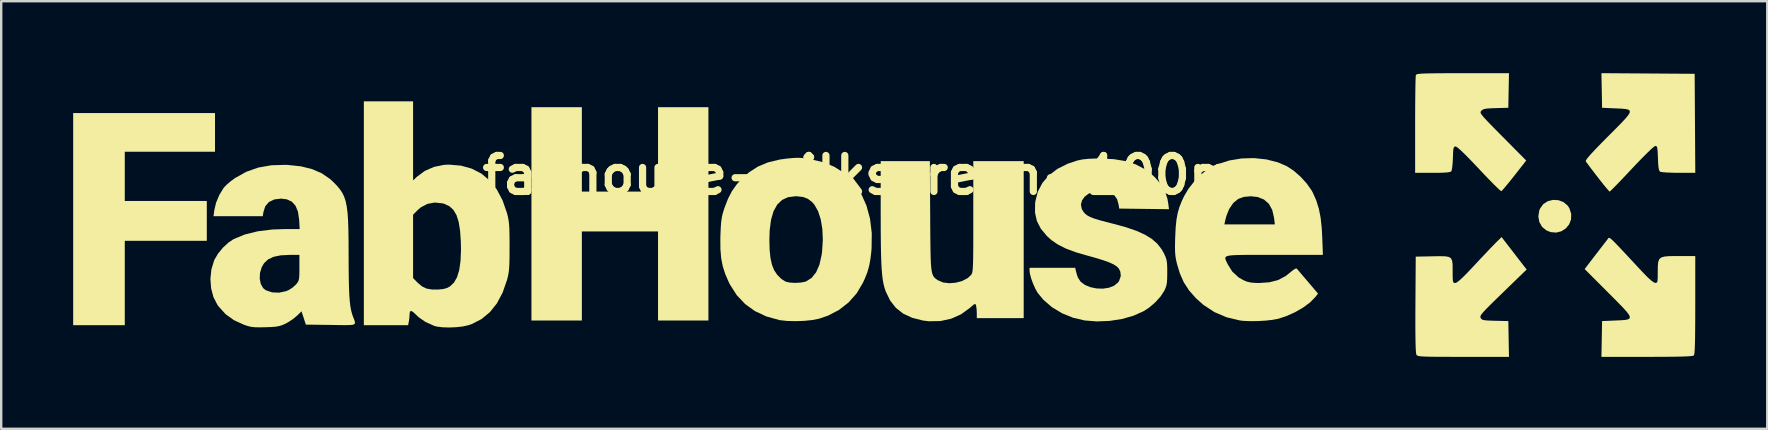
<source format=kicad_pcb>
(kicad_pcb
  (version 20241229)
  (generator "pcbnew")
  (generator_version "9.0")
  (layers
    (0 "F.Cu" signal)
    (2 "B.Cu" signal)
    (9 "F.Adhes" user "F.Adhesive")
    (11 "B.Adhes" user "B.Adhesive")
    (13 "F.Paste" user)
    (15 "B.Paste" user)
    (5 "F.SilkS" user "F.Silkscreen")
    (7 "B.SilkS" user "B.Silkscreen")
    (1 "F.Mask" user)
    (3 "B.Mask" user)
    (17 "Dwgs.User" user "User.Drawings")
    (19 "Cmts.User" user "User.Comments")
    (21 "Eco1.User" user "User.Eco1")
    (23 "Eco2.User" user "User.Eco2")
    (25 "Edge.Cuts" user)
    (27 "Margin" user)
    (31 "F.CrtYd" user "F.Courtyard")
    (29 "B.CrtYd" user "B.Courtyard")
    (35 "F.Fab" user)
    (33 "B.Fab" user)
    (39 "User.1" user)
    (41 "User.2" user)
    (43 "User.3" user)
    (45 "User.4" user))
  (footprint "fabhouse-silkscreen-100mm"
    (layer "F.Cu")
    (at 33.802 4.251)
    (property "Reference" "fabhouse-silkscreen-100mm" (at 0 0 0) (layer "F.SilkS") (effects (font (size 1.5 1.5) (thickness 0.3))))
    (attr board_only exclude_from_pos_files exclude_from_bom)
    (fp_poly (pts (xy -27.891 -1.783) (xy -27.891 -0.977) (xy -29.772 -0.977) (xy -31.652 -0.977) (xy -31.652 0.049) (xy -31.652 1.075) (xy -29.943 1.075) (xy -28.233 1.075) (xy -28.233 1.905) (xy -28.233 2.735) (xy -29.943 2.735) (xy -31.652 2.735) (xy -31.652 4.494) (xy -31.652 6.252) (xy -32.727 6.252) (xy -33.802 6.252) (xy -33.802 1.832) (xy -33.802 -2.589) (xy -30.846 -2.589) (xy -27.891 -2.589)) (stroke (width 0) (type solid)) (fill yes) (layer "F.SilkS"))
    (fp_poly (pts (xy 28.097 1.042) (xy 28.307 1.12) (xy 28.48 1.264) (xy 28.555 1.376) (xy 28.632 1.615) (xy 28.625 1.843) (xy 28.547 2.048) (xy 28.41 2.216) (xy 28.228 2.335) (xy 28.014 2.392) (xy 27.781 2.374) (xy 27.601 2.304) (xy 27.418 2.155) (xy 27.303 1.951) (xy 27.262 1.716) (xy 27.301 1.471) (xy 27.335 1.388) (xy 27.47 1.203) (xy 27.657 1.084) (xy 27.874 1.03)) (stroke (width 0) (type solid)) (fill yes) (layer "F.SilkS"))
    (fp_poly (pts (xy -12.602 -1.075) (xy -12.602 0.684) (xy -11.015 0.684) (xy -9.427 0.684) (xy -9.427 -1.075) (xy -9.427 -2.833) (xy -8.377 -2.833) (xy -7.327 -2.833) (xy -7.327 1.612) (xy -7.327 6.057) (xy -8.377 6.057) (xy -9.427 6.057) (xy -9.427 4.201) (xy -9.427 2.345) (xy -11.015 2.345) (xy -12.602 2.345) (xy -12.602 4.201) (xy -12.602 6.057) (xy -13.652 6.057) (xy -14.703 6.057) (xy -14.703 1.612) (xy -14.703 -2.833) (xy -13.652 -2.833) (xy -12.602 -2.833)) (stroke (width 0) (type solid)) (fill yes) (layer "F.SilkS"))
    (fp_poly (pts (xy 31.834 -4.238) (xy 33.777 -4.225) (xy 33.79 -2.161) (xy 33.803 -0.098) (xy 33.106 -0.098) (xy 32.85 -0.102) (xy 32.626 -0.111) (xy 32.453 -0.124) (xy 32.351 -0.14) (xy 32.336 -0.145) (xy 32.3 -0.194) (xy 32.275 -0.295) (xy 32.257 -0.464) (xy 32.246 -0.706) (xy 32.237 -0.937) (xy 32.225 -1.087) (xy 32.208 -1.173) (xy 32.18 -1.212) (xy 32.14 -1.221) (xy 32.081 -1.186) (xy 31.964 -1.085) (xy 31.797 -0.925) (xy 31.586 -0.714) (xy 31.339 -0.458) (xy 31.16 -0.269) (xy 30.922 -0.016) (xy 30.706 0.212) (xy 30.52 0.405) (xy 30.373 0.554) (xy 30.275 0.65) (xy 30.234 0.684) (xy 30.194 0.647) (xy 30.106 0.546) (xy 29.98 0.393) (xy 29.829 0.203) (xy 29.738 0.085) (xy 29.575 -0.126) (xy 29.432 -0.314) (xy 29.321 -0.462) (xy 29.252 -0.557) (xy 29.237 -0.579) (xy 29.249 -0.626) (xy 29.316 -0.721) (xy 29.442 -0.867) (xy 29.63 -1.069) (xy 29.883 -1.33) (xy 30.168 -1.618) (xy 30.478 -1.928) (xy 30.722 -2.176) (xy 30.901 -2.369) (xy 31.018 -2.513) (xy 31.074 -2.617) (xy 31.071 -2.688) (xy 31.012 -2.732) (xy 30.897 -2.758) (xy 30.73 -2.773) (xy 30.512 -2.783) (xy 30.475 -2.784) (xy 29.918 -2.809) (xy 29.905 -3.53) (xy 29.891 -4.251)) (stroke (width 0) (type solid)) (fill yes) (layer "F.SilkS"))
    (fp_poly (pts (xy 26.252 3.256) (xy 26.774 3.932) (xy 25.788 4.888) (xy 25.498 5.169) (xy 25.272 5.391) (xy 25.102 5.562) (xy 24.982 5.69) (xy 24.904 5.783) (xy 24.86 5.849) (xy 24.845 5.897) (xy 24.85 5.934) (xy 24.857 5.949) (xy 24.889 5.995) (xy 24.939 6.026) (xy 25.026 6.046) (xy 25.168 6.058) (xy 25.384 6.066) (xy 25.462 6.068) (xy 26.011 6.081) (xy 26.024 6.826) (xy 26.038 7.571) (xy 24.133 7.571) (xy 23.651 7.571) (xy 23.258 7.57) (xy 22.944 7.568) (xy 22.7 7.565) (xy 22.517 7.559) (xy 22.384 7.552) (xy 22.294 7.541) (xy 22.237 7.527) (xy 22.203 7.509) (xy 22.184 7.487) (xy 22.177 7.476) (xy 22.163 7.397) (xy 22.151 7.221) (xy 22.143 6.949) (xy 22.138 6.582) (xy 22.136 6.121) (xy 22.138 5.565) (xy 22.139 5.387) (xy 22.152 3.395) (xy 22.843 3.381) (xy 23.149 3.376) (xy 23.371 3.381) (xy 23.522 3.405) (xy 23.616 3.46) (xy 23.666 3.554) (xy 23.687 3.699) (xy 23.69 3.903) (xy 23.69 4.009) (xy 23.691 4.23) (xy 23.697 4.371) (xy 23.712 4.45) (xy 23.739 4.485) (xy 23.784 4.494) (xy 23.801 4.494) (xy 23.865 4.469) (xy 23.968 4.391) (xy 24.117 4.254) (xy 24.316 4.053) (xy 24.571 3.784) (xy 24.603 3.749) (xy 24.827 3.509) (xy 25.044 3.28) (xy 25.238 3.075) (xy 25.396 2.911) (xy 25.504 2.801) (xy 25.513 2.792) (xy 25.73 2.58)) (stroke (width 0) (type solid)) (fill yes) (layer "F.SilkS"))
    (fp_poly (pts (xy 30.232 2.617) (xy 30.278 2.647) (xy 30.347 2.707) (xy 30.444 2.802) (xy 30.576 2.938) (xy 30.75 3.122) (xy 30.971 3.358) (xy 31.246 3.654) (xy 31.582 4.014) (xy 31.603 4.036) (xy 31.817 4.257) (xy 31.983 4.405) (xy 32.097 4.48) (xy 32.129 4.488) (xy 32.179 4.486) (xy 32.212 4.462) (xy 32.229 4.397) (xy 32.237 4.274) (xy 32.238 4.075) (xy 32.238 4.03) (xy 32.241 3.796) (xy 32.256 3.625) (xy 32.298 3.507) (xy 32.379 3.433) (xy 32.514 3.392) (xy 32.715 3.374) (xy 32.995 3.37) (xy 33.118 3.37) (xy 33.802 3.37) (xy 33.802 5.412) (xy 33.801 5.95) (xy 33.798 6.397) (xy 33.794 6.759) (xy 33.788 7.043) (xy 33.779 7.254) (xy 33.769 7.398) (xy 33.755 7.483) (xy 33.743 7.513) (xy 33.7 7.529) (xy 33.601 7.542) (xy 33.44 7.552) (xy 33.21 7.56) (xy 32.905 7.566) (xy 32.518 7.569) (xy 32.043 7.571) (xy 31.788 7.571) (xy 29.891 7.571) (xy 29.905 6.826) (xy 29.918 6.081) (xy 30.475 6.057) (xy 30.7 6.047) (xy 30.875 6.034) (xy 30.998 6.01) (xy 31.065 5.969) (xy 31.077 5.903) (xy 31.03 5.804) (xy 30.923 5.667) (xy 30.754 5.482) (xy 30.52 5.243) (xy 30.221 4.943) (xy 30.165 4.887) (xy 29.192 3.913) (xy 29.628 3.344) (xy 29.79 3.133) (xy 29.937 2.943) (xy 30.055 2.789) (xy 30.132 2.69) (xy 30.147 2.671) (xy 30.166 2.643) (xy 30.183 2.62) (xy 30.203 2.61)) (stroke (width 0) (type solid)) (fill yes) (layer "F.SilkS"))
    (fp_poly (pts (xy 1.916 1.697) (xy 1.919 2.252) (xy 1.923 2.717) (xy 1.928 3.102) (xy 1.935 3.415) (xy 1.945 3.664) (xy 1.96 3.859) (xy 1.981 4.007) (xy 2.008 4.118) (xy 2.042 4.199) (xy 2.085 4.26) (xy 2.138 4.309) (xy 2.201 4.355) (xy 2.242 4.382) (xy 2.453 4.472) (xy 2.711 4.503) (xy 2.986 4.48) (xy 3.252 4.408) (xy 3.478 4.291) (xy 3.614 4.165) (xy 3.637 4.134) (xy 3.656 4.095) (xy 3.671 4.041) (xy 3.684 3.964) (xy 3.693 3.853) (xy 3.7 3.702) (xy 3.706 3.501) (xy 3.709 3.241) (xy 3.711 2.914) (xy 3.712 2.511) (xy 3.712 2.023) (xy 3.712 1.727) (xy 3.712 -0.586) (xy 4.763 -0.586) (xy 5.813 -0.586) (xy 5.813 2.687) (xy 5.813 5.959) (xy 4.836 5.959) (xy 3.859 5.959) (xy 3.858 5.752) (xy 3.851 5.592) (xy 3.833 5.458) (xy 3.828 5.435) (xy 3.808 5.379) (xy 3.776 5.368) (xy 3.712 5.407) (xy 3.599 5.505) (xy 3.568 5.533) (xy 3.199 5.8) (xy 2.786 5.983) (xy 2.338 6.08) (xy 1.862 6.088) (xy 1.612 6.057) (xy 1.165 5.944) (xy 0.792 5.771) (xy 0.488 5.532) (xy 0.246 5.224) (xy 0.062 4.841) (xy 0.057 4.827) (xy 0.011 4.689) (xy -0.028 4.538) (xy -0.06 4.365) (xy -0.085 4.161) (xy -0.106 3.917) (xy -0.122 3.624) (xy -0.133 3.273) (xy -0.14 2.855) (xy -0.145 2.359) (xy -0.146 1.778) (xy -0.147 1.577) (xy -0.147 -0.586) (xy 0.878 -0.586) (xy 1.902 -0.586)) (stroke (width 0) (type solid)) (fill yes) (layer "F.SilkS"))
    (fp_poly (pts (xy 26.024 -3.529) (xy 26.011 -2.809) (xy 25.492 -2.795) (xy 25.253 -2.786) (xy 25.091 -2.773) (xy 24.987 -2.751) (xy 24.92 -2.717) (xy 24.885 -2.684) (xy 24.861 -2.654) (xy 24.852 -2.621) (xy 24.864 -2.576) (xy 24.904 -2.513) (xy 24.979 -2.421) (xy 25.095 -2.294) (xy 25.259 -2.123) (xy 25.479 -1.9) (xy 25.76 -1.615) (xy 25.777 -1.599) (xy 26.756 -0.611) (xy 26.261 0.021) (xy 26.092 0.233) (xy 25.942 0.417) (xy 25.822 0.559) (xy 25.742 0.646) (xy 25.718 0.666) (xy 25.672 0.636) (xy 25.57 0.543) (xy 25.421 0.397) (xy 25.233 0.206) (xy 25.015 -0.02) (xy 24.791 -0.258) (xy 24.475 -0.591) (xy 24.219 -0.852) (xy 24.024 -1.04) (xy 23.889 -1.156) (xy 23.816 -1.197) (xy 23.814 -1.197) (xy 23.768 -1.19) (xy 23.739 -1.156) (xy 23.72 -1.08) (xy 23.709 -0.941) (xy 23.701 -0.724) (xy 23.701 -0.711) (xy 23.69 -0.498) (xy 23.671 -0.318) (xy 23.648 -0.197) (xy 23.634 -0.161) (xy 23.582 -0.135) (xy 23.473 -0.116) (xy 23.294 -0.104) (xy 23.034 -0.098) (xy 22.854 -0.098) (xy 22.127 -0.098) (xy 22.127 -2.096) (xy 22.128 -2.531) (xy 22.13 -2.937) (xy 22.133 -3.303) (xy 22.137 -3.619) (xy 22.142 -3.874) (xy 22.148 -4.057) (xy 22.154 -4.158) (xy 22.157 -4.172) (xy 22.173 -4.192) (xy 22.21 -4.208) (xy 22.278 -4.221) (xy 22.385 -4.231) (xy 22.54 -4.238) (xy 22.752 -4.243) (xy 23.03 -4.247) (xy 23.383 -4.249) (xy 23.82 -4.25) (xy 24.112 -4.25) (xy 26.038 -4.25)) (stroke (width 0) (type solid)) (fill yes) (layer "F.SilkS"))
    (fp_poly (pts (xy -19.636 -1.431) (xy -19.636 0.215) (xy -19.477 0.066) (xy -19.145 -0.179) (xy -18.762 -0.346) (xy -18.342 -0.43) (xy -18.144 -0.44) (xy -17.641 -0.398) (xy -17.189 -0.272) (xy -16.789 -0.065) (xy -16.441 0.225) (xy -16.147 0.595) (xy -15.908 1.045) (xy -15.724 1.574) (xy -15.72 1.587) (xy -15.683 1.735) (xy -15.656 1.879) (xy -15.637 2.036) (xy -15.624 2.226) (xy -15.618 2.466) (xy -15.615 2.776) (xy -15.615 2.98) (xy -15.616 3.334) (xy -15.62 3.61) (xy -15.629 3.824) (xy -15.644 3.996) (xy -15.667 4.143) (xy -15.699 4.284) (xy -15.72 4.364) (xy -15.903 4.891) (xy -16.141 5.34) (xy -16.434 5.708) (xy -16.782 5.996) (xy -17.183 6.202) (xy -17.331 6.253) (xy -17.56 6.304) (xy -17.837 6.336) (xy -18.13 6.348) (xy -18.41 6.339) (xy -18.645 6.31) (xy -18.76 6.279) (xy -19.117 6.118) (xy -19.401 5.922) (xy -19.51 5.819) (xy -19.641 5.696) (xy -19.725 5.655) (xy -19.77 5.693) (xy -19.783 5.809) (xy -19.793 5.963) (xy -19.813 6.1) (xy -19.844 6.252) (xy -20.766 6.252) (xy -21.688 6.252) (xy -21.688 4.287) (xy -19.636 4.287) (xy -19.45 4.478) (xy -19.267 4.634) (xy -19.07 4.728) (xy -18.832 4.767) (xy -18.599 4.767) (xy -18.374 4.745) (xy -18.21 4.697) (xy -18.098 4.635) (xy -17.931 4.476) (xy -17.803 4.252) (xy -17.713 3.956) (xy -17.659 3.582) (xy -17.639 3.126) (xy -17.646 2.764) (xy -17.677 2.313) (xy -17.736 1.948) (xy -17.827 1.662) (xy -17.955 1.447) (xy -18.122 1.293) (xy -18.334 1.195) (xy -18.41 1.173) (xy -18.737 1.14) (xy -19.042 1.197) (xy -19.314 1.341) (xy -19.429 1.44) (xy -19.636 1.648) (xy -19.636 2.967) (xy -19.636 4.287) (xy -21.688 4.287) (xy -21.688 1.587) (xy -21.688 -3.077) (xy -20.662 -3.077) (xy -19.636 -3.077)) (stroke (width 0) (type solid)) (fill yes) (layer "F.SilkS"))
    (fp_poly (pts (xy -3.402 -0.715) (xy -3.191 -0.688) (xy -3.102 -0.673) (xy -2.56 -0.544) (xy -2.092 -0.356) (xy -1.69 -0.104) (xy -1.349 0.214) (xy -1.27 0.307) (xy -0.969 0.756) (xy -0.742 1.263) (xy -0.591 1.819) (xy -0.519 2.417) (xy -0.527 3.048) (xy -0.535 3.151) (xy -0.576 3.501) (xy -0.63 3.789) (xy -0.705 4.051) (xy -0.813 4.321) (xy -0.89 4.489) (xy -1.15 4.926) (xy -1.485 5.304) (xy -1.885 5.616) (xy -2.344 5.855) (xy -2.714 5.981) (xy -2.993 6.036) (xy -3.331 6.071) (xy -3.692 6.084) (xy -4.039 6.076) (xy -4.335 6.044) (xy -4.372 6.037) (xy -4.911 5.888) (xy -5.387 5.665) (xy -5.799 5.369) (xy -6.147 4.999) (xy -6.43 4.556) (xy -6.474 4.469) (xy -6.622 4.13) (xy -6.728 3.802) (xy -6.795 3.462) (xy -6.827 3.084) (xy -6.83 2.682) (xy -4.787 2.682) (xy -4.776 3.107) (xy -4.741 3.451) (xy -4.68 3.729) (xy -4.591 3.955) (xy -4.59 3.957) (xy -4.458 4.154) (xy -4.287 4.325) (xy -4.111 4.436) (xy -4.103 4.439) (xy -3.939 4.476) (xy -3.723 4.489) (xy -3.498 4.478) (xy -3.308 4.444) (xy -3.254 4.426) (xy -3.022 4.278) (xy -2.838 4.046) (xy -2.7 3.73) (xy -2.609 3.329) (xy -2.59 3.183) (xy -2.559 2.698) (xy -2.578 2.248) (xy -2.645 1.845) (xy -2.756 1.502) (xy -2.91 1.229) (xy -3.012 1.114) (xy -3.186 0.983) (xy -3.384 0.908) (xy -3.636 0.88) (xy -3.704 0.879) (xy -4.007 0.917) (xy -4.258 1.032) (xy -4.46 1.226) (xy -4.612 1.499) (xy -4.717 1.855) (xy -4.774 2.295) (xy -4.787 2.682) (xy -6.83 2.682) (xy -6.83 2.644) (xy -6.826 2.494) (xy -6.813 2.194) (xy -6.797 1.965) (xy -6.772 1.781) (xy -6.736 1.615) (xy -6.683 1.44) (xy -6.657 1.362) (xy -6.511 0.982) (xy -6.348 0.668) (xy -6.153 0.391) (xy -5.987 0.202) (xy -5.641 -0.115) (xy -5.267 -0.357) (xy -4.847 -0.533) (xy -4.366 -0.649) (xy -4.076 -0.69) (xy -3.806 -0.716) (xy -3.594 -0.725)) (stroke (width 0) (type solid)) (fill yes) (layer "F.SilkS"))
    (fp_poly (pts (xy 15.928 -0.657) (xy 16.414 -0.532) (xy 16.779 -0.374) (xy 17.062 -0.189) (xy 17.346 0.059) (xy 17.605 0.342) (xy 17.81 0.631) (xy 17.865 0.733) (xy 18.008 1.057) (xy 18.114 1.397) (xy 18.188 1.774) (xy 18.235 2.209) (xy 18.255 2.577) (xy 18.282 3.322) (xy 16.248 3.322) (xy 15.736 3.321) (xy 15.314 3.321) (xy 14.974 3.323) (xy 14.708 3.328) (xy 14.508 3.338) (xy 14.366 3.354) (xy 14.275 3.379) (xy 14.227 3.413) (xy 14.213 3.459) (xy 14.226 3.518) (xy 14.258 3.592) (xy 14.301 3.681) (xy 14.316 3.712) (xy 14.506 4.018) (xy 14.768 4.259) (xy 14.971 4.377) (xy 15.125 4.44) (xy 15.283 4.475) (xy 15.48 4.491) (xy 15.633 4.493) (xy 16.054 4.464) (xy 16.411 4.372) (xy 16.72 4.211) (xy 16.903 4.067) (xy 17.032 3.962) (xy 17.134 3.898) (xy 17.188 3.888) (xy 17.188 3.888) (xy 17.233 3.94) (xy 17.327 4.051) (xy 17.459 4.206) (xy 17.616 4.39) (xy 17.653 4.433) (xy 18.079 4.935) (xy 17.965 5.08) (xy 17.75 5.301) (xy 17.46 5.516) (xy 17.119 5.713) (xy 16.75 5.877) (xy 16.435 5.981) (xy 16.2 6.027) (xy 15.901 6.061) (xy 15.572 6.08) (xy 15.247 6.084) (xy 14.96 6.071) (xy 14.827 6.055) (xy 14.269 5.922) (xy 13.763 5.707) (xy 13.305 5.407) (xy 12.993 5.129) (xy 12.706 4.805) (xy 12.487 4.468) (xy 12.32 4.091) (xy 12.204 3.706) (xy 12.163 3.531) (xy 12.137 3.371) (xy 12.122 3.2) (xy 12.118 2.995) (xy 12.123 2.729) (xy 12.128 2.568) (xy 12.147 2.175) (xy 12.16 2.052) (xy 14.176 2.052) (xy 15.227 2.052) (xy 16.279 2.052) (xy 16.247 1.773) (xy 16.171 1.447) (xy 16.031 1.194) (xy 15.827 1.014) (xy 15.561 0.909) (xy 15.277 0.879) (xy 14.984 0.906) (xy 14.754 0.99) (xy 14.566 1.142) (xy 14.534 1.178) (xy 14.375 1.412) (xy 14.263 1.689) (xy 14.221 1.851) (xy 14.176 2.052) (xy 12.16 2.052) (xy 12.18 1.854) (xy 12.23 1.58) (xy 12.303 1.327) (xy 12.406 1.07) (xy 12.494 0.882) (xy 12.68 0.568) (xy 12.922 0.258) (xy 13.193 -0.02) (xy 13.467 -0.235) (xy 13.473 -0.239) (xy 13.901 -0.459) (xy 14.38 -0.612) (xy 14.892 -0.697) (xy 15.414 -0.712)) (stroke (width 0) (type solid)) (fill yes) (layer "F.SilkS"))
    (fp_poly (pts (xy 9.57 -0.667) (xy 10.055 -0.587) (xy 10.48 -0.45) (xy 10.856 -0.253) (xy 11.196 0.01) (xy 11.288 0.097) (xy 11.534 0.378) (xy 11.701 0.665) (xy 11.804 0.987) (xy 11.838 1.185) (xy 11.868 1.418) (xy 10.832 1.405) (xy 9.795 1.392) (xy 9.767 1.221) (xy 9.705 0.999) (xy 9.593 0.844) (xy 9.415 0.731) (xy 9.411 0.73) (xy 9.169 0.656) (xy 8.929 0.645) (xy 8.704 0.689) (xy 8.506 0.778) (xy 8.348 0.903) (xy 8.241 1.056) (xy 8.199 1.226) (xy 8.232 1.407) (xy 8.308 1.533) (xy 8.38 1.612) (xy 8.467 1.68) (xy 8.584 1.743) (xy 8.744 1.805) (xy 8.961 1.872) (xy 9.248 1.95) (xy 9.553 2.027) (xy 10.076 2.17) (xy 10.51 2.319) (xy 10.866 2.48) (xy 11.154 2.657) (xy 11.382 2.858) (xy 11.561 3.087) (xy 11.66 3.263) (xy 11.723 3.401) (xy 11.763 3.523) (xy 11.785 3.66) (xy 11.795 3.84) (xy 11.796 4.054) (xy 11.793 4.299) (xy 11.782 4.475) (xy 11.757 4.609) (xy 11.714 4.729) (xy 11.676 4.811) (xy 11.521 5.051) (xy 11.301 5.295) (xy 11.043 5.517) (xy 10.822 5.662) (xy 10.397 5.854) (xy 9.912 5.993) (xy 9.391 6.074) (xy 8.857 6.095) (xy 8.351 6.054) (xy 7.867 5.941) (xy 7.409 5.754) (xy 6.993 5.503) (xy 6.637 5.197) (xy 6.396 4.905) (xy 6.298 4.733) (xy 6.202 4.519) (xy 6.122 4.295) (xy 6.07 4.096) (xy 6.057 3.983) (xy 6.057 3.859) (xy 7.008 3.859) (xy 7.96 3.859) (xy 7.989 3.993) (xy 8.03 4.145) (xy 8.071 4.265) (xy 8.185 4.439) (xy 8.367 4.575) (xy 8.596 4.669) (xy 8.852 4.721) (xy 9.116 4.729) (xy 9.366 4.691) (xy 9.582 4.606) (xy 9.744 4.472) (xy 9.793 4.398) (xy 9.86 4.202) (xy 9.84 4.021) (xy 9.784 3.904) (xy 9.704 3.813) (xy 9.571 3.724) (xy 9.373 3.633) (xy 9.104 3.537) (xy 8.753 3.431) (xy 8.45 3.348) (xy 7.968 3.207) (xy 7.569 3.057) (xy 7.239 2.891) (xy 6.966 2.704) (xy 6.788 2.544) (xy 6.528 2.233) (xy 6.362 1.909) (xy 6.284 1.558) (xy 6.289 1.168) (xy 6.299 1.09) (xy 6.403 0.684) (xy 6.594 0.321) (xy 6.867 0.004) (xy 7.219 -0.263) (xy 7.647 -0.477) (xy 8.06 -0.614) (xy 8.275 -0.658) (xy 8.534 -0.684) (xy 8.859 -0.695) (xy 9.012 -0.695)) (stroke (width 0) (type solid)) (fill yes) (layer "F.SilkS"))
    (fp_poly (pts (xy -24.852 -0.426) (xy -24.313 -0.369) (xy -23.847 -0.254) (xy -23.445 -0.08) (xy -23.097 0.159) (xy -22.952 0.292) (xy -22.807 0.442) (xy -22.687 0.586) (xy -22.588 0.733) (xy -22.509 0.895) (xy -22.447 1.082) (xy -22.401 1.304) (xy -22.367 1.571) (xy -22.345 1.894) (xy -22.332 2.283) (xy -22.325 2.749) (xy -22.323 3.302) (xy -22.323 3.322) (xy -22.321 3.86) (xy -22.316 4.312) (xy -22.307 4.687) (xy -22.294 4.996) (xy -22.275 5.248) (xy -22.251 5.455) (xy -22.22 5.628) (xy -22.181 5.775) (xy -22.149 5.872) (xy -22.1 5.999) (xy -22.065 6.094) (xy -22.056 6.163) (xy -22.082 6.208) (xy -22.155 6.235) (xy -22.285 6.247) (xy -22.482 6.249) (xy -22.757 6.246) (xy -23.062 6.241) (xy -24.106 6.228) (xy -24.195 5.951) (xy -24.285 5.675) (xy -24.481 5.864) (xy -24.64 5.995) (xy -24.835 6.124) (xy -24.953 6.188) (xy -25.088 6.248) (xy -25.215 6.288) (xy -25.361 6.314) (xy -25.553 6.329) (xy -25.791 6.337) (xy -26.05 6.342) (xy -26.24 6.337) (xy -26.392 6.319) (xy -26.535 6.284) (xy -26.685 6.233) (xy -27.103 6.042) (xy -27.451 5.791) (xy -27.741 5.471) (xy -27.794 5.397) (xy -27.957 5.08) (xy -28.054 4.713) (xy -28.083 4.321) (xy -28.082 4.313) (xy -26.028 4.313) (xy -25.983 4.533) (xy -25.885 4.707) (xy -25.778 4.794) (xy -25.514 4.884) (xy -25.22 4.897) (xy -24.926 4.833) (xy -24.808 4.782) (xy -24.653 4.681) (xy -24.513 4.553) (xy -24.502 4.541) (xy -24.446 4.468) (xy -24.409 4.395) (xy -24.387 4.299) (xy -24.377 4.158) (xy -24.374 3.95) (xy -24.374 3.855) (xy -24.374 3.322) (xy -24.777 3.322) (xy -25.155 3.341) (xy -25.452 3.402) (xy -25.679 3.509) (xy -25.846 3.667) (xy -25.942 3.83) (xy -26.016 4.071) (xy -26.028 4.313) (xy -28.082 4.313) (xy -28.042 3.929) (xy -27.93 3.559) (xy -27.915 3.525) (xy -27.767 3.272) (xy -27.561 3.021) (xy -27.325 2.804) (xy -27.111 2.663) (xy -26.649 2.472) (xy -26.111 2.339) (xy -25.501 2.264) (xy -24.991 2.247) (xy -24.362 2.247) (xy -24.384 1.863) (xy -24.431 1.53) (xy -24.532 1.279) (xy -24.688 1.104) (xy -24.902 1.005) (xy -25.145 0.977) (xy -25.428 1.013) (xy -25.645 1.119) (xy -25.795 1.294) (xy -25.871 1.526) (xy -25.901 1.71) (xy -26.927 1.71) (xy -27.953 1.71) (xy -27.919 1.453) (xy -27.846 1.146) (xy -27.713 0.828) (xy -27.541 0.545) (xy -27.516 0.512) (xy -27.406 0.397) (xy -27.246 0.26) (xy -27.068 0.129) (xy -27.054 0.119) (xy -26.589 -0.14) (xy -26.088 -0.317) (xy -25.545 -0.413) (xy -24.949 -0.431)) (stroke (width 0) (type solid)) (fill yes) (layer "F.SilkS")))
  (gr_rect
    (start -3 -3)
    (end 70.604 14.822)
    (stroke (width 0.1) (type default))
    (fill no)
    (layer "Edge.Cuts")))
</source>
